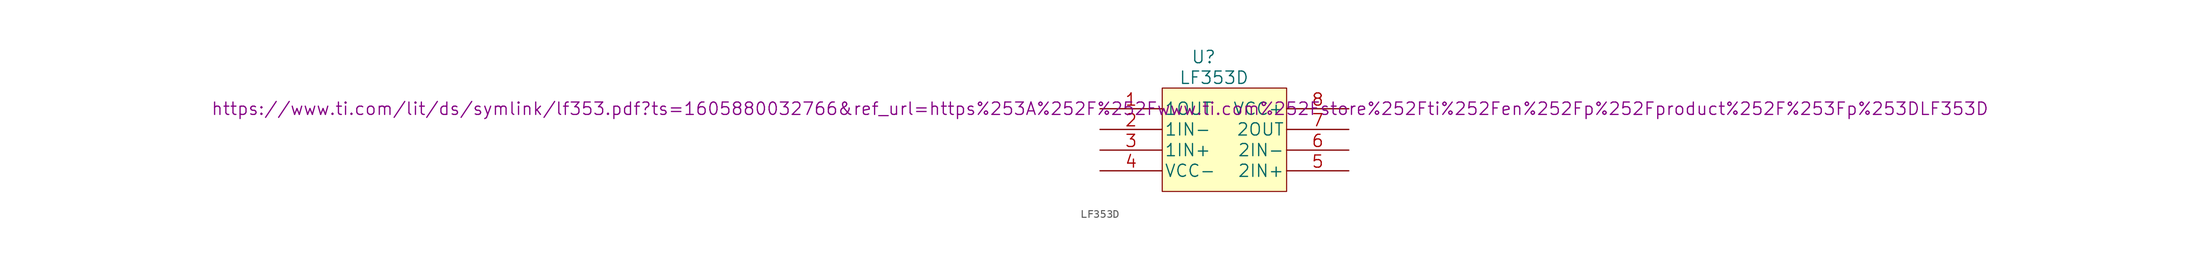
<source format=kicad_sym>
(kicad_symbol_lib
  (version 20201005)
  (generator kicad_symbol_editor)
  (symbol "mSchLibrary:LF353D"
    (pin_names
      (offset 0.254))
    (property "Reference" "U"
      (at -2.54 10.16 0)
      (effects (font (size 1.524 1.524))))
    (property "Value" "LF353D"
      (at -1.27 7.62 0)
      (effects (font (size 1.524 1.524))))
    (property "Datasheet" "https://www.ti.com/lit/ds/symlink/lf353.pdf?ts=1605880032766&ref_url=https%253A%252F%252Fwww.ti.com%252Fstore%252Fti%252Fen%252Fp%252Fproduct%252F%253Fp%253DLF353D"
      (at -15.24 3.81 0)
      (effects (font (size 1.524 1.524))))
    (symbol "LF353D_1_1"
      (rectangle (start -7.62 6.35) (end 7.62 -6.35) (stroke (width 0.127)) (fill (type background)))
      (pin output line (at -15.24 3.81 0) (length 7.62) (name "1OUT" (effects (font (size 1.499 1.499)))) (number "1" (effects (font (size 1.499 1.499)))))
      (pin input line (at -15.24 1.27 0) (length 7.62) (name "1IN-" (effects (font (size 1.499 1.499)))) (number "2" (effects (font (size 1.499 1.499)))))
      (pin input line (at -15.24 -1.27 0) (length 7.62) (name "1IN+" (effects (font (size 1.499 1.499)))) (number "3" (effects (font (size 1.499 1.499)))))
      (pin power_in line (at -15.24 -3.81 0) (length 7.62) (name "VCC-" (effects (font (size 1.499 1.499)))) (number "4" (effects (font (size 1.499 1.499)))))
      (pin input line (at 15.24 -3.81 180) (length 7.62) (name "2IN+" (effects (font (size 1.499 1.499)))) (number "5" (effects (font (size 1.499 1.499)))))
      (pin input line (at 15.24 -1.27 180) (length 7.62) (name "2IN-" (effects (font (size 1.499 1.499)))) (number "6" (effects (font (size 1.499 1.499)))))
      (pin output line (at 15.24 1.27 180) (length 7.62) (name "2OUT" (effects (font (size 1.499 1.499)))) (number "7" (effects (font (size 1.499 1.499)))))
      (pin power_in line (at 15.24 3.81 180) (length 7.62) (name "VCC+" (effects (font (size 1.499 1.499)))) (number "8" (effects (font (size 1.499 1.499))))))))
</source>
